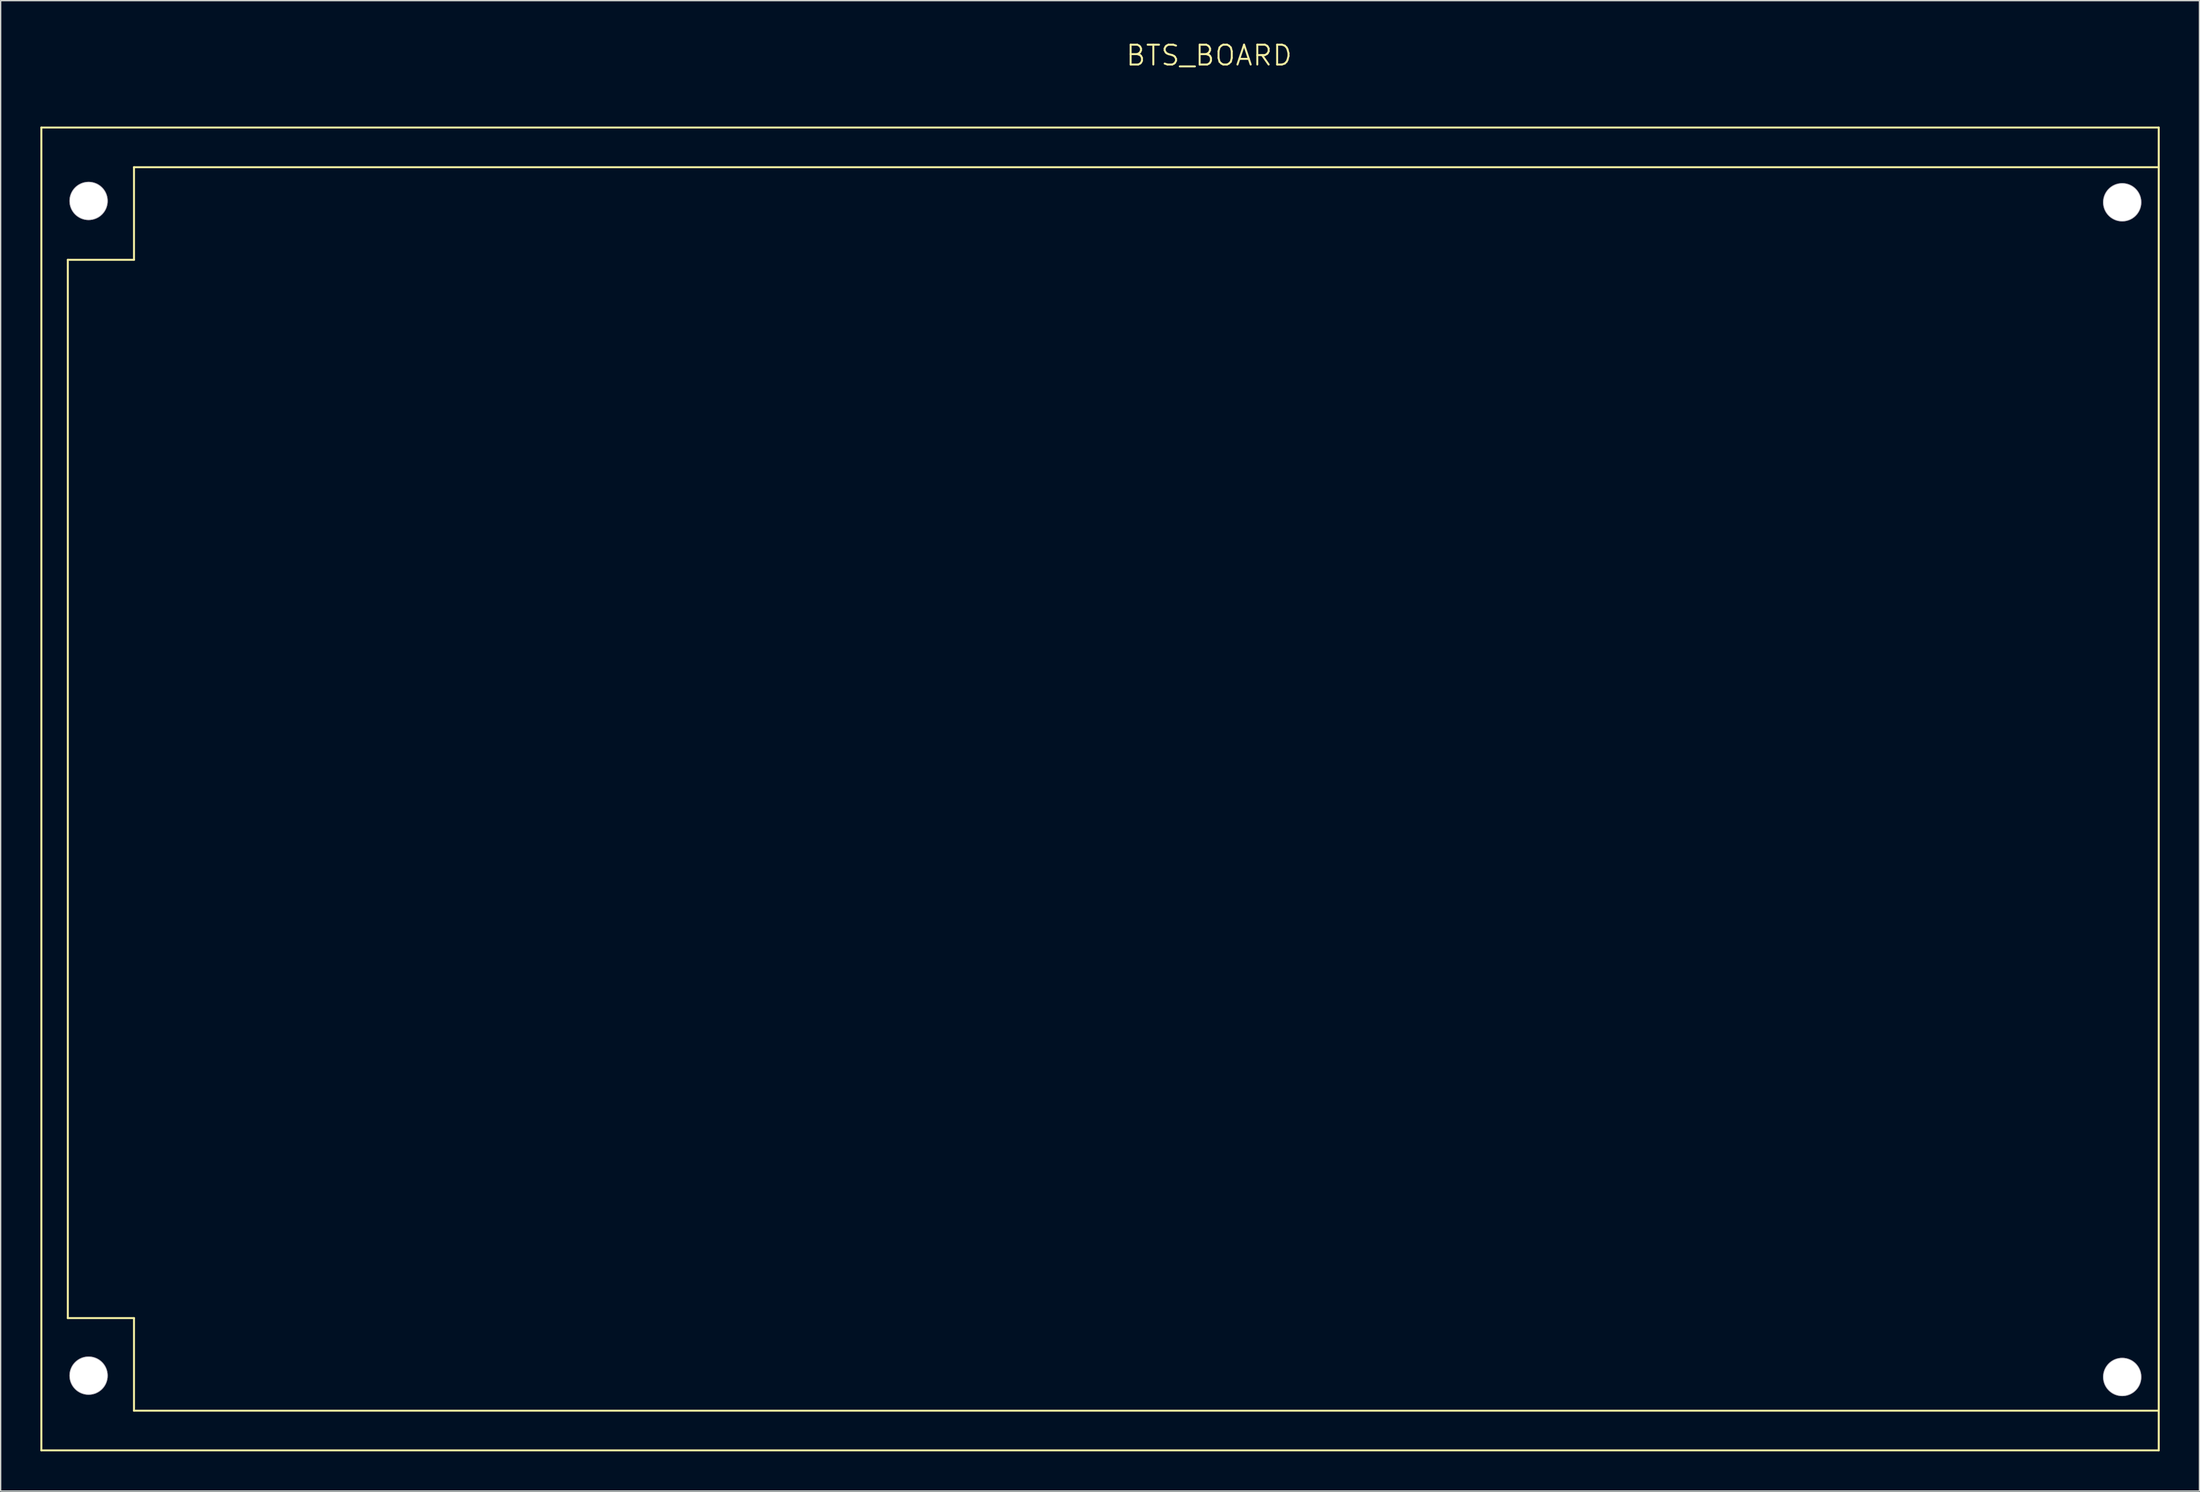
<source format=kicad_pcb>
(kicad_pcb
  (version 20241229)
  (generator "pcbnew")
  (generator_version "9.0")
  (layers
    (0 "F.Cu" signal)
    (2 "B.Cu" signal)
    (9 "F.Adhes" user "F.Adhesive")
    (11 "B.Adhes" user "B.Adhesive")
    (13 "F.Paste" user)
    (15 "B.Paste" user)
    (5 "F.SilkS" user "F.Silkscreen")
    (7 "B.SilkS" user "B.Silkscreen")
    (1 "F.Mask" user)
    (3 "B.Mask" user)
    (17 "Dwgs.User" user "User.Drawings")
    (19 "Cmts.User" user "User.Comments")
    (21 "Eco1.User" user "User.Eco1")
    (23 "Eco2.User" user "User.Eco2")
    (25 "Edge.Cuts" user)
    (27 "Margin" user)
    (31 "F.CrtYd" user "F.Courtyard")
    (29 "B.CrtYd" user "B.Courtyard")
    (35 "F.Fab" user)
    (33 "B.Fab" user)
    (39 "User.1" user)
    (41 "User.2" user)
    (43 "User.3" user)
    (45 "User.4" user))
  (footprint "BTS_BOARD"
    (layer "F.Cu")
    (at 80.075 56.591)
    (property "Reference" "BTS_BOARD" (at 8.24 -55.45 0) (layer "F.SilkS") (effects (font (size 1.5 1.5) (thickness 0.15))))
    (attr through_hole)
    (fp_line (start -80 -50) (end 80 -50) (stroke (width 0.15) (type solid)) (layer "F.SilkS"))
    (fp_line (start -80 50) (end -80 -50) (stroke (width 0.15) (type solid)) (layer "F.SilkS"))
    (fp_line (start -78 -40) (end -78 40) (stroke (width 0.15) (type solid)) (layer "F.SilkS"))
    (fp_line (start -78 -40) (end -73 -40) (stroke (width 0.15) (type solid)) (layer "F.SilkS"))
    (fp_line (start -78 40) (end -73 40) (stroke (width 0.15) (type solid)) (layer "F.SilkS"))
    (fp_line (start -73 -47) (end 80 -47) (stroke (width 0.15) (type solid)) (layer "F.SilkS"))
    (fp_line (start -73 -40) (end -73 -47) (stroke (width 0.15) (type solid)) (layer "F.SilkS"))
    (fp_line (start -73 47) (end -73 40) (stroke (width 0.15) (type solid)) (layer "F.SilkS"))
    (fp_line (start -73 47) (end 80 47) (stroke (width 0.15) (type solid)) (layer "F.SilkS"))
    (fp_line (start 80 -50) (end 80 50) (stroke (width 0.15) (type solid)) (layer "F.SilkS"))
    (fp_line (start 80 50) (end -80 50) (stroke (width 0.15) (type solid)) (layer "F.SilkS"))
    (pad "1" thru_hole circle (at -76.43 -44.45) (size 2.9 2.9) (drill 2.8) (layers "*.Cu" "Dwgs.User"))
    (pad "1" thru_hole circle (at -76.43 44.35) (size 2.9 2.9) (drill 2.8) (layers "*.Cu" "Dwgs.User"))
    (pad "2" thru_hole circle (at 77.24 44.45) (size 2.9 2.9) (drill 2.8) (layers "*.Cu" "Dwgs.User"))
    (pad "3" thru_hole circle (at 77.24 -44.35) (size 2.9 2.9) (drill 2.8) (layers "*.Cu" "Dwgs.User")))
  (gr_rect
    (start -3 -3)
    (end 163.15 109.666)
    (stroke (width 0.1) (type default))
    (fill no)
    (layer "Edge.Cuts")))
</source>
